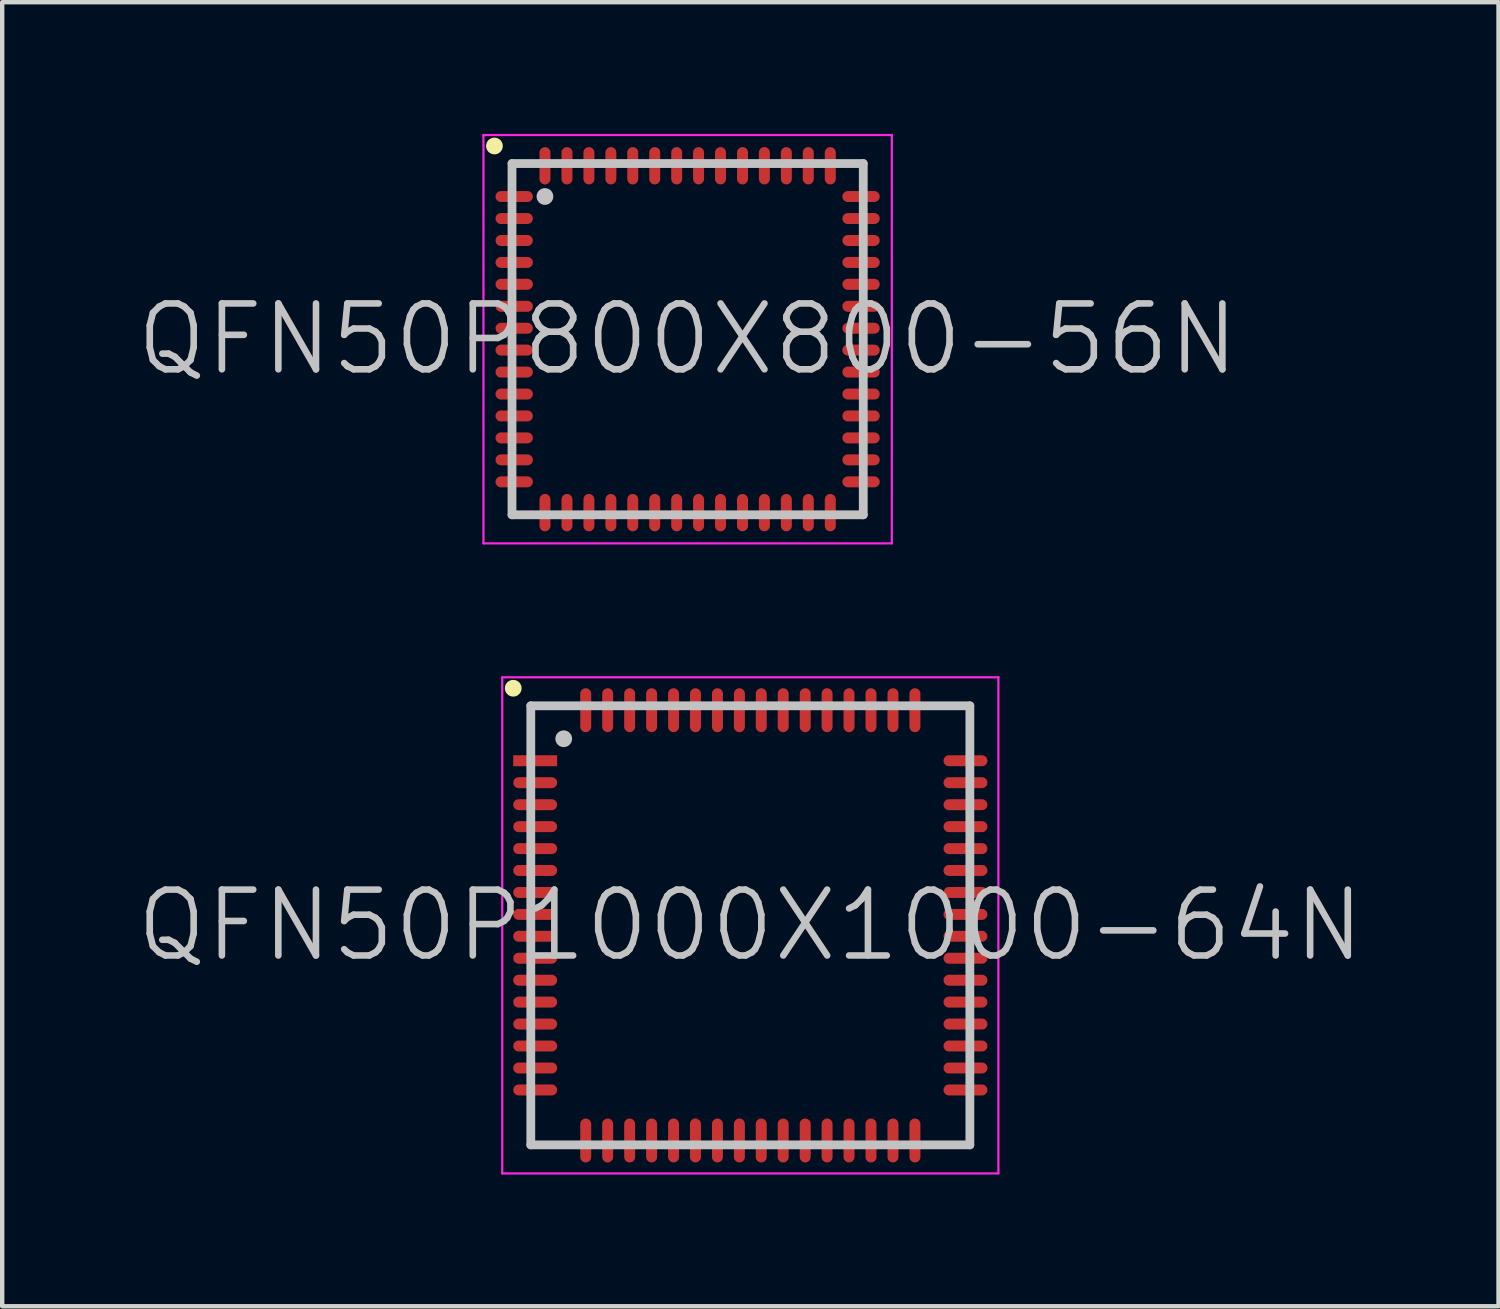
<source format=kicad_pcb>
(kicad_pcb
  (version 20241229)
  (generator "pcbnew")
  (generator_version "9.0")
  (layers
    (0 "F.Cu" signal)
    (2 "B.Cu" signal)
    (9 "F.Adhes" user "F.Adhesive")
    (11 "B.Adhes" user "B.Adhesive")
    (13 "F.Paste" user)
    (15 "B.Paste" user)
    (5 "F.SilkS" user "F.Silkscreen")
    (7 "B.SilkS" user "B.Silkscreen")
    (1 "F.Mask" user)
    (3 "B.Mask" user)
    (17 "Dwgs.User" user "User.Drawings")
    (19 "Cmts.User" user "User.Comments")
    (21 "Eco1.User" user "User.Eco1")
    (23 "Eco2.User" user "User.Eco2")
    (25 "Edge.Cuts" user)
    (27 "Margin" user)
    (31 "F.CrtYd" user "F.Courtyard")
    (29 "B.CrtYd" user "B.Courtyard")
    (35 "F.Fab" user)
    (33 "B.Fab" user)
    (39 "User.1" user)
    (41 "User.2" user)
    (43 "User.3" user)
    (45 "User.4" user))
  (footprint "QFN50P800X800-56N"
    (layer "F.Cu")
    (at 12.611 4.675)
    (property "Reference" "QFN50P800X800-56N" (at 0 0 0) (layer "Dwgs.User") (effects (font (size 1.5 1.5) (thickness 0.15))))
    (attr smd)
    (fp_line (start -4.4 -4.4) (end -4.4 -4.4) (stroke (width 0.381) (type solid)) (layer "F.SilkS"))
    (fp_line (start -4 -4) (end -4 4) (stroke (width 0.2) (type solid)) (layer "Dwgs.User"))
    (fp_line (start -4 -4) (end 4 -4) (stroke (width 0.2) (type solid)) (layer "Dwgs.User"))
    (fp_line (start -4 4) (end 4 4) (stroke (width 0.2) (type solid)) (layer "Dwgs.User"))
    (fp_line (start -3.25 -3.25) (end -3.25 -3.25) (stroke (width 0.381) (type solid)) (layer "Dwgs.User"))
    (fp_line (start 4 -4) (end 4 4) (stroke (width 0.2) (type solid)) (layer "Dwgs.User"))
    (fp_line (start -4.65 -4.65) (end -4.65 4.65) (stroke (width 0.05) (type solid)) (layer "F.CrtYd"))
    (fp_line (start -4.65 -4.65) (end 4.65 -4.65) (stroke (width 0.05) (type solid)) (layer "F.CrtYd"))
    (fp_line (start -4.65 4.65) (end 4.65 4.65) (stroke (width 0.05) (type solid)) (layer "F.CrtYd"))
    (fp_line (start 4.65 -4.65) (end 4.65 4.65) (stroke (width 0.05) (type solid)) (layer "F.CrtYd"))
    (pad "1" smd oval (at -3.95 -3.249 90) (size 0.25 0.85) (layers "F.Cu" "F.Mask" "F.Paste"))
    (pad "2" smd oval (at -3.95 -2.748 90) (size 0.25 0.85) (layers "F.Cu" "F.Mask" "F.Paste"))
    (pad "3" smd oval (at -3.95 -2.248 90) (size 0.25 0.85) (layers "F.Cu" "F.Mask" "F.Paste"))
    (pad "4" smd oval (at -3.95 -1.748 90) (size 0.25 0.85) (layers "F.Cu" "F.Mask" "F.Paste"))
    (pad "5" smd oval (at -3.95 -1.25 90) (size 0.25 0.85) (layers "F.Cu" "F.Mask" "F.Paste"))
    (pad "6" smd oval (at -3.95 -0.749 90) (size 0.25 0.85) (layers "F.Cu" "F.Mask" "F.Paste"))
    (pad "7" smd oval (at -3.95 -0.249 90) (size 0.25 0.85) (layers "F.Cu" "F.Mask" "F.Paste"))
    (pad "8" smd oval (at -3.95 0.249 90) (size 0.25 0.85) (layers "F.Cu" "F.Mask" "F.Paste"))
    (pad "9" smd oval (at -3.95 0.749 90) (size 0.25 0.85) (layers "F.Cu" "F.Mask" "F.Paste"))
    (pad "10" smd oval (at -3.95 1.25 90) (size 0.25 0.85) (layers "F.Cu" "F.Mask" "F.Paste"))
    (pad "11" smd oval (at -3.95 1.748 90) (size 0.25 0.85) (layers "F.Cu" "F.Mask" "F.Paste"))
    (pad "12" smd oval (at -3.95 2.248 90) (size 0.25 0.85) (layers "F.Cu" "F.Mask" "F.Paste"))
    (pad "13" smd oval (at -3.95 2.748 90) (size 0.25 0.85) (layers "F.Cu" "F.Mask" "F.Paste"))
    (pad "14" smd oval (at -3.95 3.249 90) (size 0.25 0.85) (layers "F.Cu" "F.Mask" "F.Paste"))
    (pad "15" smd oval (at -3.249 3.95 180) (size 0.25 0.85) (layers "F.Cu" "F.Mask" "F.Paste"))
    (pad "16" smd oval (at -2.748 3.95 180) (size 0.25 0.85) (layers "F.Cu" "F.Mask" "F.Paste"))
    (pad "17" smd oval (at -2.248 3.95 180) (size 0.25 0.85) (layers "F.Cu" "F.Mask" "F.Paste"))
    (pad "18" smd oval (at -1.748 3.95 180) (size 0.25 0.85) (layers "F.Cu" "F.Mask" "F.Paste"))
    (pad "19" smd oval (at -1.25 3.95 180) (size 0.25 0.85) (layers "F.Cu" "F.Mask" "F.Paste"))
    (pad "20" smd oval (at -0.749 3.95 180) (size 0.25 0.85) (layers "F.Cu" "F.Mask" "F.Paste"))
    (pad "21" smd oval (at -0.249 3.95 180) (size 0.25 0.85) (layers "F.Cu" "F.Mask" "F.Paste"))
    (pad "22" smd oval (at 0.249 3.95 180) (size 0.25 0.85) (layers "F.Cu" "F.Mask" "F.Paste"))
    (pad "23" smd oval (at 0.749 3.95 180) (size 0.25 0.85) (layers "F.Cu" "F.Mask" "F.Paste"))
    (pad "24" smd oval (at 1.25 3.95 180) (size 0.25 0.85) (layers "F.Cu" "F.Mask" "F.Paste"))
    (pad "25" smd oval (at 1.748 3.95 180) (size 0.25 0.85) (layers "F.Cu" "F.Mask" "F.Paste"))
    (pad "26" smd oval (at 2.248 3.95 180) (size 0.25 0.85) (layers "F.Cu" "F.Mask" "F.Paste"))
    (pad "27" smd oval (at 2.748 3.95 180) (size 0.25 0.85) (layers "F.Cu" "F.Mask" "F.Paste"))
    (pad "28" smd oval (at 3.249 3.95 180) (size 0.25 0.85) (layers "F.Cu" "F.Mask" "F.Paste"))
    (pad "29" smd oval (at 3.95 3.249 270) (size 0.25 0.85) (layers "F.Cu" "F.Mask" "F.Paste"))
    (pad "30" smd oval (at 3.95 2.748 270) (size 0.25 0.85) (layers "F.Cu" "F.Mask" "F.Paste"))
    (pad "31" smd oval (at 3.95 2.248 270) (size 0.25 0.85) (layers "F.Cu" "F.Mask" "F.Paste"))
    (pad "32" smd oval (at 3.95 1.748 270) (size 0.25 0.85) (layers "F.Cu" "F.Mask" "F.Paste"))
    (pad "33" smd oval (at 3.95 1.25 270) (size 0.25 0.85) (layers "F.Cu" "F.Mask" "F.Paste"))
    (pad "34" smd oval (at 3.95 0.749 270) (size 0.25 0.85) (layers "F.Cu" "F.Mask" "F.Paste"))
    (pad "35" smd oval (at 3.95 0.249 270) (size 0.25 0.85) (layers "F.Cu" "F.Mask" "F.Paste"))
    (pad "36" smd oval (at 3.95 -0.249 270) (size 0.25 0.85) (layers "F.Cu" "F.Mask" "F.Paste"))
    (pad "37" smd oval (at 3.95 -0.749 270) (size 0.25 0.85) (layers "F.Cu" "F.Mask" "F.Paste"))
    (pad "38" smd oval (at 3.95 -1.25 270) (size 0.25 0.85) (layers "F.Cu" "F.Mask" "F.Paste"))
    (pad "39" smd oval (at 3.95 -1.748 270) (size 0.25 0.85) (layers "F.Cu" "F.Mask" "F.Paste"))
    (pad "40" smd oval (at 3.95 -2.248 270) (size 0.25 0.85) (layers "F.Cu" "F.Mask" "F.Paste"))
    (pad "41" smd oval (at 3.95 -2.748 270) (size 0.25 0.85) (layers "F.Cu" "F.Mask" "F.Paste"))
    (pad "42" smd oval (at 3.95 -3.249 270) (size 0.25 0.85) (layers "F.Cu" "F.Mask" "F.Paste"))
    (pad "43" smd oval (at 3.249 -3.95) (size 0.25 0.85) (layers "F.Cu" "F.Mask" "F.Paste"))
    (pad "44" smd oval (at 2.748 -3.95) (size 0.25 0.85) (layers "F.Cu" "F.Mask" "F.Paste"))
    (pad "45" smd oval (at 2.248 -3.95) (size 0.25 0.85) (layers "F.Cu" "F.Mask" "F.Paste"))
    (pad "46" smd oval (at 1.748 -3.95) (size 0.25 0.85) (layers "F.Cu" "F.Mask" "F.Paste"))
    (pad "47" smd oval (at 1.25 -3.95) (size 0.25 0.85) (layers "F.Cu" "F.Mask" "F.Paste"))
    (pad "48" smd oval (at 0.749 -3.95) (size 0.25 0.85) (layers "F.Cu" "F.Mask" "F.Paste"))
    (pad "49" smd oval (at 0.249 -3.95) (size 0.25 0.85) (layers "F.Cu" "F.Mask" "F.Paste"))
    (pad "50" smd oval (at -0.249 -3.95) (size 0.25 0.85) (layers "F.Cu" "F.Mask" "F.Paste"))
    (pad "51" smd oval (at -0.749 -3.95) (size 0.25 0.85) (layers "F.Cu" "F.Mask" "F.Paste"))
    (pad "52" smd oval (at -1.25 -3.95) (size 0.25 0.85) (layers "F.Cu" "F.Mask" "F.Paste"))
    (pad "53" smd oval (at -1.748 -3.95) (size 0.25 0.85) (layers "F.Cu" "F.Mask" "F.Paste"))
    (pad "54" smd oval (at -2.248 -3.95) (size 0.25 0.85) (layers "F.Cu" "F.Mask" "F.Paste"))
    (pad "55" smd oval (at -2.748 -3.95) (size 0.25 0.85) (layers "F.Cu" "F.Mask" "F.Paste"))
    (pad "56" smd oval (at -3.249 -3.95) (size 0.25 0.85) (layers "F.Cu" "F.Mask" "F.Paste")))
  (footprint "QFN50P1000X1000-64N"
    (layer "F.Cu")
    (at 14.039 18.025)
    (property "Reference" "QFN50P1000X1000-64N" (at 0 0 0) (layer "Dwgs.User") (effects (font (size 1.5 1.5) (thickness 0.15))))
    (attr smd)
    (fp_line (start -5.4 -5.4) (end -5.4 -5.4) (stroke (width 0.381) (type solid)) (layer "F.SilkS"))
    (fp_line (start -5 -5) (end -5 5) (stroke (width 0.2) (type solid)) (layer "Dwgs.User"))
    (fp_line (start -5 -5) (end 5 -5) (stroke (width 0.2) (type solid)) (layer "Dwgs.User"))
    (fp_line (start -5 5) (end 5 5) (stroke (width 0.2) (type solid)) (layer "Dwgs.User"))
    (fp_line (start -4.25 -4.25) (end -4.25 -4.25) (stroke (width 0.381) (type solid)) (layer "Dwgs.User"))
    (fp_line (start 5 -5) (end 5 5) (stroke (width 0.2) (type solid)) (layer "Dwgs.User"))
    (fp_line (start -5.65 -5.65) (end -5.65 5.65) (stroke (width 0.05) (type solid)) (layer "F.CrtYd"))
    (fp_line (start -5.65 -5.65) (end 5.65 -5.65) (stroke (width 0.05) (type solid)) (layer "F.CrtYd"))
    (fp_line (start -5.65 5.65) (end 5.65 5.65) (stroke (width 0.05) (type solid)) (layer "F.CrtYd"))
    (fp_line (start 5.65 -5.65) (end 5.65 5.65) (stroke (width 0.05) (type solid)) (layer "F.CrtYd"))
    (pad "1" smd rect (at -4.9 -3.749 90) (size 0.25 1) (layers "F.Cu" "F.Mask" "F.Paste"))
    (pad "2" smd oval (at -4.9 -3.249 90) (size 0.25 1) (layers "F.Cu" "F.Mask" "F.Paste"))
    (pad "3" smd oval (at -4.9 -2.748 90) (size 0.25 1) (layers "F.Cu" "F.Mask" "F.Paste"))
    (pad "4" smd oval (at -4.9 -2.248 90) (size 0.25 1) (layers "F.Cu" "F.Mask" "F.Paste"))
    (pad "5" smd oval (at -4.9 -1.748 90) (size 0.25 1) (layers "F.Cu" "F.Mask" "F.Paste"))
    (pad "6" smd oval (at -4.9 -1.25 90) (size 0.25 1) (layers "F.Cu" "F.Mask" "F.Paste"))
    (pad "7" smd oval (at -4.9 -0.749 90) (size 0.25 1) (layers "F.Cu" "F.Mask" "F.Paste"))
    (pad "8" smd oval (at -4.9 -0.249 90) (size 0.25 1) (layers "F.Cu" "F.Mask" "F.Paste"))
    (pad "9" smd oval (at -4.9 0.249 90) (size 0.25 1) (layers "F.Cu" "F.Mask" "F.Paste"))
    (pad "10" smd oval (at -4.9 0.749 90) (size 0.25 1) (layers "F.Cu" "F.Mask" "F.Paste"))
    (pad "11" smd oval (at -4.9 1.25 90) (size 0.25 1) (layers "F.Cu" "F.Mask" "F.Paste"))
    (pad "12" smd oval (at -4.9 1.748 90) (size 0.25 1) (layers "F.Cu" "F.Mask" "F.Paste"))
    (pad "13" smd oval (at -4.9 2.248 90) (size 0.25 1) (layers "F.Cu" "F.Mask" "F.Paste"))
    (pad "14" smd oval (at -4.9 2.748 90) (size 0.25 1) (layers "F.Cu" "F.Mask" "F.Paste"))
    (pad "15" smd oval (at -4.9 3.249 90) (size 0.25 1) (layers "F.Cu" "F.Mask" "F.Paste"))
    (pad "16" smd oval (at -4.9 3.749 90) (size 0.25 1) (layers "F.Cu" "F.Mask" "F.Paste"))
    (pad "17" smd oval (at -3.749 4.9 180) (size 0.25 1) (layers "F.Cu" "F.Mask" "F.Paste"))
    (pad "18" smd oval (at -3.249 4.9 180) (size 0.25 1) (layers "F.Cu" "F.Mask" "F.Paste"))
    (pad "19" smd oval (at -2.748 4.9 180) (size 0.25 1) (layers "F.Cu" "F.Mask" "F.Paste"))
    (pad "20" smd oval (at -2.248 4.9 180) (size 0.25 1) (layers "F.Cu" "F.Mask" "F.Paste"))
    (pad "21" smd oval (at -1.748 4.9 180) (size 0.25 1) (layers "F.Cu" "F.Mask" "F.Paste"))
    (pad "22" smd oval (at -1.25 4.9 180) (size 0.25 1) (layers "F.Cu" "F.Mask" "F.Paste"))
    (pad "23" smd oval (at -0.749 4.9 180) (size 0.25 1) (layers "F.Cu" "F.Mask" "F.Paste"))
    (pad "24" smd oval (at -0.249 4.9 180) (size 0.25 1) (layers "F.Cu" "F.Mask" "F.Paste"))
    (pad "25" smd oval (at 0.249 4.9 180) (size 0.25 1) (layers "F.Cu" "F.Mask" "F.Paste"))
    (pad "26" smd oval (at 0.749 4.9 180) (size 0.25 1) (layers "F.Cu" "F.Mask" "F.Paste"))
    (pad "27" smd oval (at 1.25 4.9 180) (size 0.25 1) (layers "F.Cu" "F.Mask" "F.Paste"))
    (pad "28" smd oval (at 1.748 4.9 180) (size 0.25 1) (layers "F.Cu" "F.Mask" "F.Paste"))
    (pad "29" smd oval (at 2.248 4.9 180) (size 0.25 1) (layers "F.Cu" "F.Mask" "F.Paste"))
    (pad "30" smd oval (at 2.748 4.9 180) (size 0.25 1) (layers "F.Cu" "F.Mask" "F.Paste"))
    (pad "31" smd oval (at 3.249 4.9 180) (size 0.25 1) (layers "F.Cu" "F.Mask" "F.Paste"))
    (pad "32" smd oval (at 3.749 4.9 180) (size 0.25 1) (layers "F.Cu" "F.Mask" "F.Paste"))
    (pad "33" smd oval (at 4.9 3.749 270) (size 0.25 1) (layers "F.Cu" "F.Mask" "F.Paste"))
    (pad "34" smd oval (at 4.9 3.249 270) (size 0.25 1) (layers "F.Cu" "F.Mask" "F.Paste"))
    (pad "35" smd oval (at 4.9 2.748 270) (size 0.25 1) (layers "F.Cu" "F.Mask" "F.Paste"))
    (pad "36" smd oval (at 4.9 2.248 270) (size 0.25 1) (layers "F.Cu" "F.Mask" "F.Paste"))
    (pad "37" smd oval (at 4.9 1.748 270) (size 0.25 1) (layers "F.Cu" "F.Mask" "F.Paste"))
    (pad "38" smd oval (at 4.9 1.25 270) (size 0.25 1) (layers "F.Cu" "F.Mask" "F.Paste"))
    (pad "39" smd oval (at 4.9 0.749 270) (size 0.25 1) (layers "F.Cu" "F.Mask" "F.Paste"))
    (pad "40" smd oval (at 4.9 0.249 270) (size 0.25 1) (layers "F.Cu" "F.Mask" "F.Paste"))
    (pad "41" smd oval (at 4.9 -0.249 270) (size 0.25 1) (layers "F.Cu" "F.Mask" "F.Paste"))
    (pad "42" smd oval (at 4.9 -0.749 270) (size 0.25 1) (layers "F.Cu" "F.Mask" "F.Paste"))
    (pad "43" smd oval (at 4.9 -1.25 270) (size 0.25 1) (layers "F.Cu" "F.Mask" "F.Paste"))
    (pad "44" smd oval (at 4.9 -1.748 270) (size 0.25 1) (layers "F.Cu" "F.Mask" "F.Paste"))
    (pad "45" smd oval (at 4.9 -2.248 270) (size 0.25 1) (layers "F.Cu" "F.Mask" "F.Paste"))
    (pad "46" smd oval (at 4.9 -2.748 270) (size 0.25 1) (layers "F.Cu" "F.Mask" "F.Paste"))
    (pad "47" smd oval (at 4.9 -3.249 270) (size 0.25 1) (layers "F.Cu" "F.Mask" "F.Paste"))
    (pad "48" smd oval (at 4.9 -3.749 270) (size 0.25 1) (layers "F.Cu" "F.Mask" "F.Paste"))
    (pad "49" smd oval (at 3.749 -4.9) (size 0.25 1) (layers "F.Cu" "F.Mask" "F.Paste"))
    (pad "50" smd oval (at 3.249 -4.9) (size 0.25 1) (layers "F.Cu" "F.Mask" "F.Paste"))
    (pad "51" smd oval (at 2.748 -4.9) (size 0.25 1) (layers "F.Cu" "F.Mask" "F.Paste"))
    (pad "52" smd oval (at 2.248 -4.9) (size 0.25 1) (layers "F.Cu" "F.Mask" "F.Paste"))
    (pad "53" smd oval (at 1.748 -4.9) (size 0.25 1) (layers "F.Cu" "F.Mask" "F.Paste"))
    (pad "54" smd oval (at 1.25 -4.9) (size 0.25 1) (layers "F.Cu" "F.Mask" "F.Paste"))
    (pad "55" smd oval (at 0.749 -4.9) (size 0.25 1) (layers "F.Cu" "F.Mask" "F.Paste"))
    (pad "56" smd oval (at 0.249 -4.9) (size 0.25 1) (layers "F.Cu" "F.Mask" "F.Paste"))
    (pad "57" smd oval (at -0.249 -4.9) (size 0.25 1) (layers "F.Cu" "F.Mask" "F.Paste"))
    (pad "58" smd oval (at -0.749 -4.9) (size 0.25 1) (layers "F.Cu" "F.Mask" "F.Paste"))
    (pad "59" smd oval (at -1.25 -4.9) (size 0.25 1) (layers "F.Cu" "F.Mask" "F.Paste"))
    (pad "60" smd oval (at -1.748 -4.9) (size 0.25 1) (layers "F.Cu" "F.Mask" "F.Paste"))
    (pad "61" smd oval (at -2.248 -4.9) (size 0.25 1) (layers "F.Cu" "F.Mask" "F.Paste"))
    (pad "62" smd oval (at -2.748 -4.9) (size 0.25 1) (layers "F.Cu" "F.Mask" "F.Paste"))
    (pad "63" smd oval (at -3.249 -4.9) (size 0.25 1) (layers "F.Cu" "F.Mask" "F.Paste"))
    (pad "64" smd oval (at -3.749 -4.9) (size 0.25 1) (layers "F.Cu" "F.Mask" "F.Paste")))
  (gr_rect
    (start -3 -3)
    (end 31.079 26.7)
    (stroke (width 0.1) (type default))
    (fill no)
    (layer "Edge.Cuts")))
</source>
